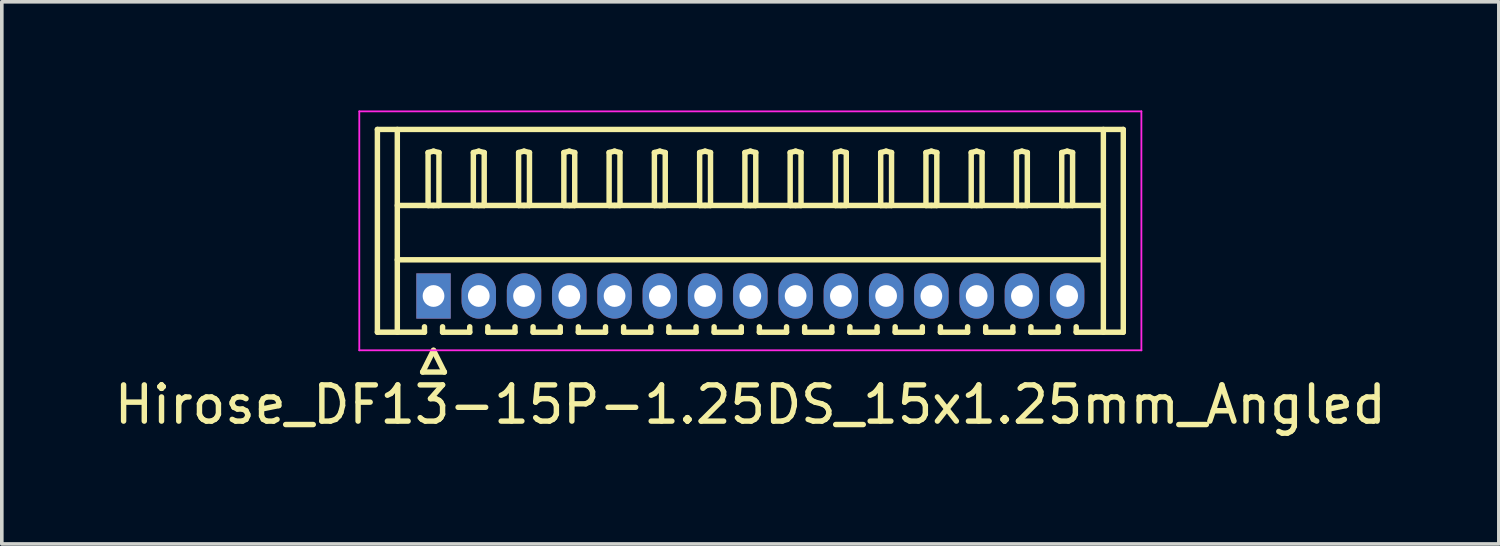
<source format=kicad_pcb>
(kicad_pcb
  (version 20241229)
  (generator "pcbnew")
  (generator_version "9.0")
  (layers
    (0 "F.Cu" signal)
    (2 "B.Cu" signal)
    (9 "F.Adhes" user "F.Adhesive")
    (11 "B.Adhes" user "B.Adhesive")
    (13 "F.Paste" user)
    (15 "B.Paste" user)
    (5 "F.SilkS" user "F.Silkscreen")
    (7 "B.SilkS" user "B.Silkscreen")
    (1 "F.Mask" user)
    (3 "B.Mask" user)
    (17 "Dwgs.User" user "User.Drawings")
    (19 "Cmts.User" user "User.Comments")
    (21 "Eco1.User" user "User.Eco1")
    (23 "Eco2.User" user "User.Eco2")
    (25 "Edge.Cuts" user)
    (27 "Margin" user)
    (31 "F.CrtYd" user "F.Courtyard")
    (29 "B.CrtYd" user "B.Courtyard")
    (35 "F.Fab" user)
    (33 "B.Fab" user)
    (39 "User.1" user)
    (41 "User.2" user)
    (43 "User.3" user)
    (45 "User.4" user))
  (footprint "Hirose_DF13-15P-1.25DS_15x1.25mm_Angled"
    (layer "F.Cu")
    (at 8.923 5.125)
    (property "Reference" "Hirose_DF13-15P-1.25DS_15x1.25mm_Angled" (at 8.75 3 0) (layer "F.SilkS") (effects (font (size 1 1) (thickness 0.15))))
    (attr through_hole)
    (fp_line (start -1.55 -4.6) (end 19.05 -4.6) (stroke (width 0.15) (type solid)) (layer "F.SilkS"))
    (fp_line (start -1.55 1) (end -1.55 -4.6) (stroke (width 0.15) (type solid)) (layer "F.SilkS"))
    (fp_line (start -1 -4.6) (end -1 1) (stroke (width 0.15) (type solid)) (layer "F.SilkS"))
    (fp_line (start -1 -2.5) (end 18.5 -2.5) (stroke (width 0.15) (type solid)) (layer "F.SilkS"))
    (fp_line (start -1 -1) (end 18.5 -1) (stroke (width 0.15) (type solid)) (layer "F.SilkS"))
    (fp_line (start -0.3 2.1) (end 0.3 2.1) (stroke (width 0.15) (type solid)) (layer "F.SilkS"))
    (fp_line (start -0.25 0.85) (end -0.25 1) (stroke (width 0.15) (type solid)) (layer "F.SilkS"))
    (fp_line (start -0.25 1) (end -1.55 1) (stroke (width 0.15) (type solid)) (layer "F.SilkS"))
    (fp_line (start -0.15 -3.962) (end 0 -4) (stroke (width 0.15) (type solid)) (layer "F.SilkS"))
    (fp_line (start -0.15 -2.5) (end -0.15 -3.962) (stroke (width 0.15) (type solid)) (layer "F.SilkS"))
    (fp_line (start 0 -4) (end 0.15 -3.962) (stroke (width 0.15) (type solid)) (layer "F.SilkS"))
    (fp_line (start 0 -2.5) (end -0.15 -2.5) (stroke (width 0.15) (type solid)) (layer "F.SilkS"))
    (fp_line (start 0 1.5) (end -0.3 2.1) (stroke (width 0.15) (type solid)) (layer "F.SilkS"))
    (fp_line (start 0.15 -3.962) (end 0.15 -2.5) (stroke (width 0.15) (type solid)) (layer "F.SilkS"))
    (fp_line (start 0.15 -2.5) (end 0 -2.5) (stroke (width 0.15) (type solid)) (layer "F.SilkS"))
    (fp_line (start 0.25 0.85) (end 0.25 1) (stroke (width 0.15) (type solid)) (layer "F.SilkS"))
    (fp_line (start 0.25 1) (end 1 1) (stroke (width 0.15) (type solid)) (layer "F.SilkS"))
    (fp_line (start 0.3 2.1) (end 0 1.5) (stroke (width 0.15) (type solid)) (layer "F.SilkS"))
    (fp_line (start 1 1) (end 1 0.85) (stroke (width 0.15) (type solid)) (layer "F.SilkS"))
    (fp_line (start 1.1 -3.962) (end 1.25 -4) (stroke (width 0.15) (type solid)) (layer "F.SilkS"))
    (fp_line (start 1.1 -2.5) (end 1.1 -3.962) (stroke (width 0.15) (type solid)) (layer "F.SilkS"))
    (fp_line (start 1.25 -4) (end 1.4 -3.962) (stroke (width 0.15) (type solid)) (layer "F.SilkS"))
    (fp_line (start 1.25 -2.5) (end 1.1 -2.5) (stroke (width 0.15) (type solid)) (layer "F.SilkS"))
    (fp_line (start 1.4 -3.962) (end 1.4 -2.5) (stroke (width 0.15) (type solid)) (layer "F.SilkS"))
    (fp_line (start 1.4 -2.5) (end 1.25 -2.5) (stroke (width 0.15) (type solid)) (layer "F.SilkS"))
    (fp_line (start 1.5 0.85) (end 1.5 1) (stroke (width 0.15) (type solid)) (layer "F.SilkS"))
    (fp_line (start 1.5 1) (end 2.25 1) (stroke (width 0.15) (type solid)) (layer "F.SilkS"))
    (fp_line (start 2.25 1) (end 2.25 0.85) (stroke (width 0.15) (type solid)) (layer "F.SilkS"))
    (fp_line (start 2.35 -3.962) (end 2.5 -4) (stroke (width 0.15) (type solid)) (layer "F.SilkS"))
    (fp_line (start 2.35 -2.5) (end 2.35 -3.962) (stroke (width 0.15) (type solid)) (layer "F.SilkS"))
    (fp_line (start 2.5 -4) (end 2.65 -3.962) (stroke (width 0.15) (type solid)) (layer "F.SilkS"))
    (fp_line (start 2.5 -2.5) (end 2.35 -2.5) (stroke (width 0.15) (type solid)) (layer "F.SilkS"))
    (fp_line (start 2.65 -3.962) (end 2.65 -2.5) (stroke (width 0.15) (type solid)) (layer "F.SilkS"))
    (fp_line (start 2.65 -2.5) (end 2.5 -2.5) (stroke (width 0.15) (type solid)) (layer "F.SilkS"))
    (fp_line (start 2.75 0.85) (end 2.75 1) (stroke (width 0.15) (type solid)) (layer "F.SilkS"))
    (fp_line (start 2.75 1) (end 3.5 1) (stroke (width 0.15) (type solid)) (layer "F.SilkS"))
    (fp_line (start 3.5 1) (end 3.5 0.85) (stroke (width 0.15) (type solid)) (layer "F.SilkS"))
    (fp_line (start 3.6 -3.962) (end 3.75 -4) (stroke (width 0.15) (type solid)) (layer "F.SilkS"))
    (fp_line (start 3.6 -2.5) (end 3.6 -3.962) (stroke (width 0.15) (type solid)) (layer "F.SilkS"))
    (fp_line (start 3.75 -4) (end 3.9 -3.962) (stroke (width 0.15) (type solid)) (layer "F.SilkS"))
    (fp_line (start 3.75 -2.5) (end 3.6 -2.5) (stroke (width 0.15) (type solid)) (layer "F.SilkS"))
    (fp_line (start 3.9 -3.962) (end 3.9 -2.5) (stroke (width 0.15) (type solid)) (layer "F.SilkS"))
    (fp_line (start 3.9 -2.5) (end 3.75 -2.5) (stroke (width 0.15) (type solid)) (layer "F.SilkS"))
    (fp_line (start 4 0.85) (end 4 1) (stroke (width 0.15) (type solid)) (layer "F.SilkS"))
    (fp_line (start 4 1) (end 4.75 1) (stroke (width 0.15) (type solid)) (layer "F.SilkS"))
    (fp_line (start 4.75 1) (end 4.75 0.85) (stroke (width 0.15) (type solid)) (layer "F.SilkS"))
    (fp_line (start 4.85 -3.962) (end 5 -4) (stroke (width 0.15) (type solid)) (layer "F.SilkS"))
    (fp_line (start 4.85 -2.5) (end 4.85 -3.962) (stroke (width 0.15) (type solid)) (layer "F.SilkS"))
    (fp_line (start 5 -4) (end 5.15 -3.962) (stroke (width 0.15) (type solid)) (layer "F.SilkS"))
    (fp_line (start 5 -2.5) (end 4.85 -2.5) (stroke (width 0.15) (type solid)) (layer "F.SilkS"))
    (fp_line (start 5.15 -3.962) (end 5.15 -2.5) (stroke (width 0.15) (type solid)) (layer "F.SilkS"))
    (fp_line (start 5.15 -2.5) (end 5 -2.5) (stroke (width 0.15) (type solid)) (layer "F.SilkS"))
    (fp_line (start 5.25 0.85) (end 5.25 1) (stroke (width 0.15) (type solid)) (layer "F.SilkS"))
    (fp_line (start 5.25 1) (end 6 1) (stroke (width 0.15) (type solid)) (layer "F.SilkS"))
    (fp_line (start 6 1) (end 6 0.85) (stroke (width 0.15) (type solid)) (layer "F.SilkS"))
    (fp_line (start 6.1 -3.962) (end 6.25 -4) (stroke (width 0.15) (type solid)) (layer "F.SilkS"))
    (fp_line (start 6.1 -2.5) (end 6.1 -3.962) (stroke (width 0.15) (type solid)) (layer "F.SilkS"))
    (fp_line (start 6.25 -4) (end 6.4 -3.962) (stroke (width 0.15) (type solid)) (layer "F.SilkS"))
    (fp_line (start 6.25 -2.5) (end 6.1 -2.5) (stroke (width 0.15) (type solid)) (layer "F.SilkS"))
    (fp_line (start 6.4 -3.962) (end 6.4 -2.5) (stroke (width 0.15) (type solid)) (layer "F.SilkS"))
    (fp_line (start 6.4 -2.5) (end 6.25 -2.5) (stroke (width 0.15) (type solid)) (layer "F.SilkS"))
    (fp_line (start 6.5 0.85) (end 6.5 1) (stroke (width 0.15) (type solid)) (layer "F.SilkS"))
    (fp_line (start 6.5 1) (end 7.25 1) (stroke (width 0.15) (type solid)) (layer "F.SilkS"))
    (fp_line (start 7.25 1) (end 7.25 0.85) (stroke (width 0.15) (type solid)) (layer "F.SilkS"))
    (fp_line (start 7.35 -3.962) (end 7.5 -4) (stroke (width 0.15) (type solid)) (layer "F.SilkS"))
    (fp_line (start 7.35 -2.5) (end 7.35 -3.962) (stroke (width 0.15) (type solid)) (layer "F.SilkS"))
    (fp_line (start 7.5 -4) (end 7.65 -3.962) (stroke (width 0.15) (type solid)) (layer "F.SilkS"))
    (fp_line (start 7.5 -2.5) (end 7.35 -2.5) (stroke (width 0.15) (type solid)) (layer "F.SilkS"))
    (fp_line (start 7.65 -3.962) (end 7.65 -2.5) (stroke (width 0.15) (type solid)) (layer "F.SilkS"))
    (fp_line (start 7.65 -2.5) (end 7.5 -2.5) (stroke (width 0.15) (type solid)) (layer "F.SilkS"))
    (fp_line (start 7.75 0.85) (end 7.75 1) (stroke (width 0.15) (type solid)) (layer "F.SilkS"))
    (fp_line (start 7.75 1) (end 8.5 1) (stroke (width 0.15) (type solid)) (layer "F.SilkS"))
    (fp_line (start 8.5 1) (end 8.5 0.85) (stroke (width 0.15) (type solid)) (layer "F.SilkS"))
    (fp_line (start 8.6 -3.962) (end 8.75 -4) (stroke (width 0.15) (type solid)) (layer "F.SilkS"))
    (fp_line (start 8.6 -2.5) (end 8.6 -3.962) (stroke (width 0.15) (type solid)) (layer "F.SilkS"))
    (fp_line (start 8.75 -4) (end 8.9 -3.962) (stroke (width 0.15) (type solid)) (layer "F.SilkS"))
    (fp_line (start 8.75 -2.5) (end 8.6 -2.5) (stroke (width 0.15) (type solid)) (layer "F.SilkS"))
    (fp_line (start 8.9 -3.962) (end 8.9 -2.5) (stroke (width 0.15) (type solid)) (layer "F.SilkS"))
    (fp_line (start 8.9 -2.5) (end 8.75 -2.5) (stroke (width 0.15) (type solid)) (layer "F.SilkS"))
    (fp_line (start 9 0.85) (end 9 1) (stroke (width 0.15) (type solid)) (layer "F.SilkS"))
    (fp_line (start 9 1) (end 9.75 1) (stroke (width 0.15) (type solid)) (layer "F.SilkS"))
    (fp_line (start 9.75 1) (end 9.75 0.85) (stroke (width 0.15) (type solid)) (layer "F.SilkS"))
    (fp_line (start 9.85 -3.962) (end 10 -4) (stroke (width 0.15) (type solid)) (layer "F.SilkS"))
    (fp_line (start 9.85 -2.5) (end 9.85 -3.962) (stroke (width 0.15) (type solid)) (layer "F.SilkS"))
    (fp_line (start 10 -4) (end 10.15 -3.962) (stroke (width 0.15) (type solid)) (layer "F.SilkS"))
    (fp_line (start 10 -2.5) (end 9.85 -2.5) (stroke (width 0.15) (type solid)) (layer "F.SilkS"))
    (fp_line (start 10.15 -3.962) (end 10.15 -2.5) (stroke (width 0.15) (type solid)) (layer "F.SilkS"))
    (fp_line (start 10.15 -2.5) (end 10 -2.5) (stroke (width 0.15) (type solid)) (layer "F.SilkS"))
    (fp_line (start 10.25 0.85) (end 10.25 1) (stroke (width 0.15) (type solid)) (layer "F.SilkS"))
    (fp_line (start 10.25 1) (end 11 1) (stroke (width 0.15) (type solid)) (layer "F.SilkS"))
    (fp_line (start 11 1) (end 11 0.85) (stroke (width 0.15) (type solid)) (layer "F.SilkS"))
    (fp_line (start 11.1 -3.962) (end 11.25 -4) (stroke (width 0.15) (type solid)) (layer "F.SilkS"))
    (fp_line (start 11.1 -2.5) (end 11.1 -3.962) (stroke (width 0.15) (type solid)) (layer "F.SilkS"))
    (fp_line (start 11.25 -4) (end 11.4 -3.962) (stroke (width 0.15) (type solid)) (layer "F.SilkS"))
    (fp_line (start 11.25 -2.5) (end 11.1 -2.5) (stroke (width 0.15) (type solid)) (layer "F.SilkS"))
    (fp_line (start 11.4 -3.962) (end 11.4 -2.5) (stroke (width 0.15) (type solid)) (layer "F.SilkS"))
    (fp_line (start 11.4 -2.5) (end 11.25 -2.5) (stroke (width 0.15) (type solid)) (layer "F.SilkS"))
    (fp_line (start 11.5 0.85) (end 11.5 1) (stroke (width 0.15) (type solid)) (layer "F.SilkS"))
    (fp_line (start 11.5 1) (end 12.25 1) (stroke (width 0.15) (type solid)) (layer "F.SilkS"))
    (fp_line (start 12.25 1) (end 12.25 0.85) (stroke (width 0.15) (type solid)) (layer "F.SilkS"))
    (fp_line (start 12.35 -3.962) (end 12.5 -4) (stroke (width 0.15) (type solid)) (layer "F.SilkS"))
    (fp_line (start 12.35 -2.5) (end 12.35 -3.962) (stroke (width 0.15) (type solid)) (layer "F.SilkS"))
    (fp_line (start 12.5 -4) (end 12.65 -3.962) (stroke (width 0.15) (type solid)) (layer "F.SilkS"))
    (fp_line (start 12.5 -2.5) (end 12.35 -2.5) (stroke (width 0.15) (type solid)) (layer "F.SilkS"))
    (fp_line (start 12.65 -3.962) (end 12.65 -2.5) (stroke (width 0.15) (type solid)) (layer "F.SilkS"))
    (fp_line (start 12.65 -2.5) (end 12.5 -2.5) (stroke (width 0.15) (type solid)) (layer "F.SilkS"))
    (fp_line (start 12.75 0.85) (end 12.75 1) (stroke (width 0.15) (type solid)) (layer "F.SilkS"))
    (fp_line (start 12.75 1) (end 13.5 1) (stroke (width 0.15) (type solid)) (layer "F.SilkS"))
    (fp_line (start 13.5 1) (end 13.5 0.85) (stroke (width 0.15) (type solid)) (layer "F.SilkS"))
    (fp_line (start 13.6 -3.962) (end 13.75 -4) (stroke (width 0.15) (type solid)) (layer "F.SilkS"))
    (fp_line (start 13.6 -2.5) (end 13.6 -3.962) (stroke (width 0.15) (type solid)) (layer "F.SilkS"))
    (fp_line (start 13.75 -4) (end 13.9 -3.962) (stroke (width 0.15) (type solid)) (layer "F.SilkS"))
    (fp_line (start 13.75 -2.5) (end 13.6 -2.5) (stroke (width 0.15) (type solid)) (layer "F.SilkS"))
    (fp_line (start 13.9 -3.962) (end 13.9 -2.5) (stroke (width 0.15) (type solid)) (layer "F.SilkS"))
    (fp_line (start 13.9 -2.5) (end 13.75 -2.5) (stroke (width 0.15) (type solid)) (layer "F.SilkS"))
    (fp_line (start 14 0.85) (end 14 1) (stroke (width 0.15) (type solid)) (layer "F.SilkS"))
    (fp_line (start 14 1) (end 14.75 1) (stroke (width 0.15) (type solid)) (layer "F.SilkS"))
    (fp_line (start 14.75 1) (end 14.75 0.85) (stroke (width 0.15) (type solid)) (layer "F.SilkS"))
    (fp_line (start 14.85 -3.962) (end 15 -4) (stroke (width 0.15) (type solid)) (layer "F.SilkS"))
    (fp_line (start 14.85 -2.5) (end 14.85 -3.962) (stroke (width 0.15) (type solid)) (layer "F.SilkS"))
    (fp_line (start 15 -4) (end 15.15 -3.962) (stroke (width 0.15) (type solid)) (layer "F.SilkS"))
    (fp_line (start 15 -2.5) (end 14.85 -2.5) (stroke (width 0.15) (type solid)) (layer "F.SilkS"))
    (fp_line (start 15.15 -3.962) (end 15.15 -2.5) (stroke (width 0.15) (type solid)) (layer "F.SilkS"))
    (fp_line (start 15.15 -2.5) (end 15 -2.5) (stroke (width 0.15) (type solid)) (layer "F.SilkS"))
    (fp_line (start 15.25 0.85) (end 15.25 1) (stroke (width 0.15) (type solid)) (layer "F.SilkS"))
    (fp_line (start 15.25 1) (end 16 1) (stroke (width 0.15) (type solid)) (layer "F.SilkS"))
    (fp_line (start 16 1) (end 16 0.85) (stroke (width 0.15) (type solid)) (layer "F.SilkS"))
    (fp_line (start 16.1 -3.962) (end 16.25 -4) (stroke (width 0.15) (type solid)) (layer "F.SilkS"))
    (fp_line (start 16.1 -2.5) (end 16.1 -3.962) (stroke (width 0.15) (type solid)) (layer "F.SilkS"))
    (fp_line (start 16.25 -4) (end 16.4 -3.962) (stroke (width 0.15) (type solid)) (layer "F.SilkS"))
    (fp_line (start 16.25 -2.5) (end 16.1 -2.5) (stroke (width 0.15) (type solid)) (layer "F.SilkS"))
    (fp_line (start 16.4 -3.962) (end 16.4 -2.5) (stroke (width 0.15) (type solid)) (layer "F.SilkS"))
    (fp_line (start 16.4 -2.5) (end 16.25 -2.5) (stroke (width 0.15) (type solid)) (layer "F.SilkS"))
    (fp_line (start 16.5 0.85) (end 16.5 1) (stroke (width 0.15) (type solid)) (layer "F.SilkS"))
    (fp_line (start 16.5 1) (end 17.25 1) (stroke (width 0.15) (type solid)) (layer "F.SilkS"))
    (fp_line (start 17.25 1) (end 17.25 0.85) (stroke (width 0.15) (type solid)) (layer "F.SilkS"))
    (fp_line (start 17.35 -3.962) (end 17.5 -4) (stroke (width 0.15) (type solid)) (layer "F.SilkS"))
    (fp_line (start 17.35 -2.5) (end 17.35 -3.962) (stroke (width 0.15) (type solid)) (layer "F.SilkS"))
    (fp_line (start 17.5 -4) (end 17.65 -3.962) (stroke (width 0.15) (type solid)) (layer "F.SilkS"))
    (fp_line (start 17.5 -2.5) (end 17.35 -2.5) (stroke (width 0.15) (type solid)) (layer "F.SilkS"))
    (fp_line (start 17.65 -3.962) (end 17.65 -2.5) (stroke (width 0.15) (type solid)) (layer "F.SilkS"))
    (fp_line (start 17.65 -2.5) (end 17.5 -2.5) (stroke (width 0.15) (type solid)) (layer "F.SilkS"))
    (fp_line (start 17.75 1) (end 17.75 0.85) (stroke (width 0.15) (type solid)) (layer "F.SilkS"))
    (fp_line (start 18.5 -4.6) (end 18.5 1) (stroke (width 0.15) (type solid)) (layer "F.SilkS"))
    (fp_line (start 19.05 -4.6) (end 19.05 1) (stroke (width 0.15) (type solid)) (layer "F.SilkS"))
    (fp_line (start 19.05 1) (end 17.75 1) (stroke (width 0.15) (type solid)) (layer "F.SilkS"))
    (fp_line (start -2.05 -5.1) (end -2.05 1.5) (stroke (width 0.05) (type solid)) (layer "F.CrtYd"))
    (fp_line (start -2.05 1.5) (end 19.55 1.5) (stroke (width 0.05) (type solid)) (layer "F.CrtYd"))
    (fp_line (start 19.55 -5.1) (end -2.05 -5.1) (stroke (width 0.05) (type solid)) (layer "F.CrtYd"))
    (fp_line (start 19.55 1.5) (end 19.55 -5.1) (stroke (width 0.05) (type solid)) (layer "F.CrtYd"))
    (pad "1" thru_hole rect (at 0 0) (size 0.95 1.25) (drill 0.6) (layers "*.Cu" "*.Mask"))
    (pad "2" thru_hole oval (at 1.25 0) (size 0.95 1.25) (drill 0.6) (layers "*.Cu" "*.Mask"))
    (pad "3" thru_hole oval (at 2.5 0) (size 0.95 1.25) (drill 0.6) (layers "*.Cu" "*.Mask"))
    (pad "4" thru_hole oval (at 3.75 0) (size 0.95 1.25) (drill 0.6) (layers "*.Cu" "*.Mask"))
    (pad "5" thru_hole oval (at 5 0) (size 0.95 1.25) (drill 0.6) (layers "*.Cu" "*.Mask"))
    (pad "6" thru_hole oval (at 6.25 0) (size 0.95 1.25) (drill 0.6) (layers "*.Cu" "*.Mask"))
    (pad "7" thru_hole oval (at 7.5 0) (size 0.95 1.25) (drill 0.6) (layers "*.Cu" "*.Mask"))
    (pad "8" thru_hole oval (at 8.75 0) (size 0.95 1.25) (drill 0.6) (layers "*.Cu" "*.Mask"))
    (pad "9" thru_hole oval (at 10 0) (size 0.95 1.25) (drill 0.6) (layers "*.Cu" "*.Mask"))
    (pad "10" thru_hole oval (at 11.25 0) (size 0.95 1.25) (drill 0.6) (layers "*.Cu" "*.Mask"))
    (pad "11" thru_hole oval (at 12.5 0) (size 0.95 1.25) (drill 0.6) (layers "*.Cu" "*.Mask"))
    (pad "12" thru_hole oval (at 13.75 0) (size 0.95 1.25) (drill 0.6) (layers "*.Cu" "*.Mask"))
    (pad "13" thru_hole oval (at 15 0) (size 0.95 1.25) (drill 0.6) (layers "*.Cu" "*.Mask"))
    (pad "14" thru_hole oval (at 16.25 0) (size 0.95 1.25) (drill 0.6) (layers "*.Cu" "*.Mask"))
    (pad "15" thru_hole oval (at 17.5 0) (size 0.95 1.25) (drill 0.6) (layers "*.Cu" "*.Mask")))
  (gr_rect
    (start -3 -3)
    (end 38.345 11.973)
    (stroke (width 0.1) (type default))
    (fill no)
    (layer "Edge.Cuts")))
</source>
